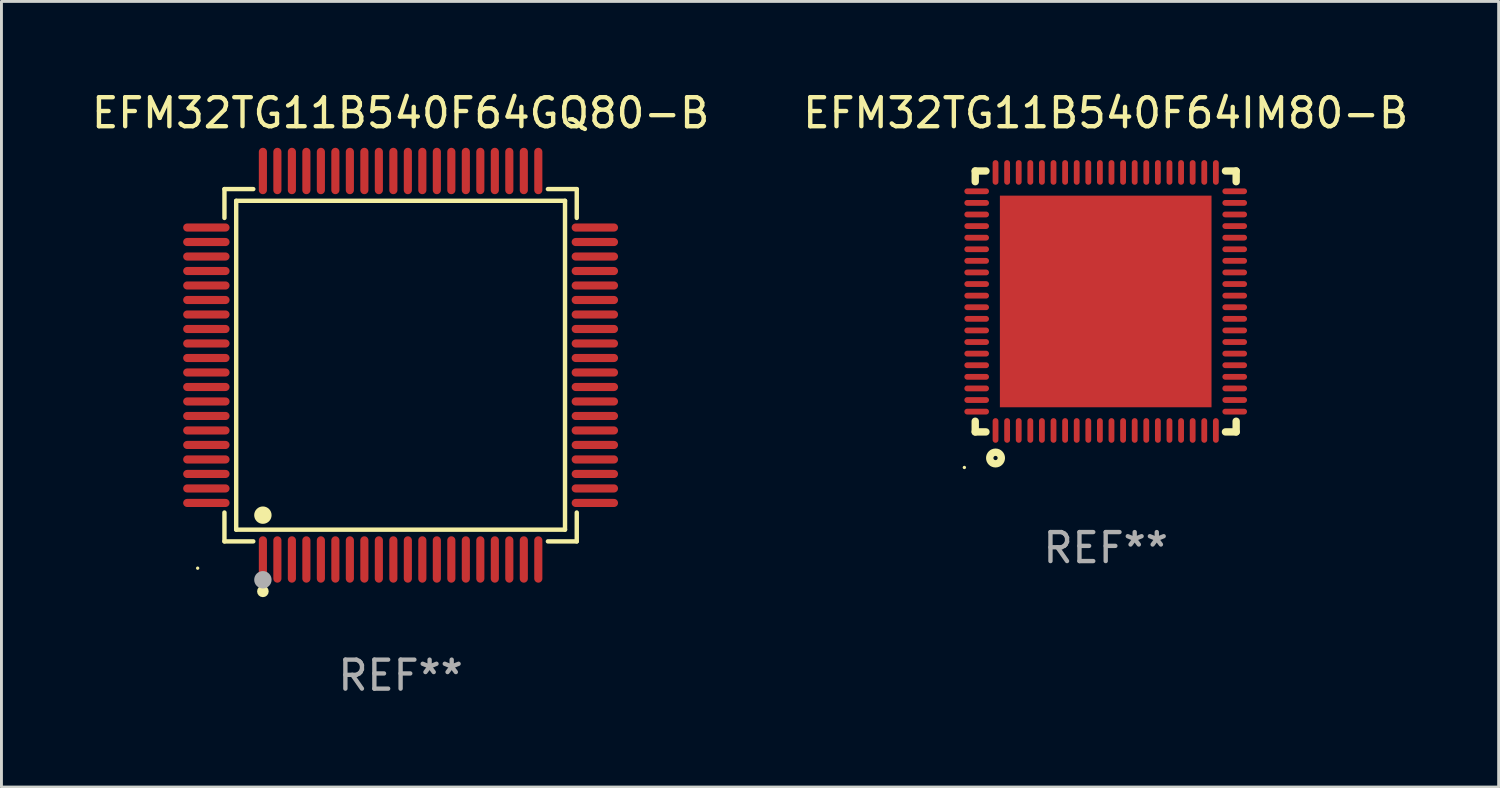
<source format=kicad_pcb>
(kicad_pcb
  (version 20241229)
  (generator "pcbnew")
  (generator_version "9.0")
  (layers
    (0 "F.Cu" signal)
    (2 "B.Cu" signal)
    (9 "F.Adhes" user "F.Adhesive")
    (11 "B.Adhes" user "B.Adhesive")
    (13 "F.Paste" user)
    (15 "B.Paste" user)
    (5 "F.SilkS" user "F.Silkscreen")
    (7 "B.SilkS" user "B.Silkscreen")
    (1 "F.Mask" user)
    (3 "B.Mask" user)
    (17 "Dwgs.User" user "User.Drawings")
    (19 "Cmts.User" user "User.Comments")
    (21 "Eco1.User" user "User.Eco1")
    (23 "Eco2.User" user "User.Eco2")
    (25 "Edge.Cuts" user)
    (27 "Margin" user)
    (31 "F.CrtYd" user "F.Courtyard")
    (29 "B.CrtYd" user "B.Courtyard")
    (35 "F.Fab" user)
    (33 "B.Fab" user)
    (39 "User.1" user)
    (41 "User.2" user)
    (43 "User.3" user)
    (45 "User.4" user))
  (footprint "EFM32TG11B540F64IM80-B"
    (layer "F.Cu")
    (at 35.089 7.348)
    (property "Reference" "EFM32TG11B540F64IM80-B" (at 0 -6.5 0) (layer "F.SilkS") (effects (font (size 1 1) (thickness 0.15))))
    (attr through_hole)
    (fp_line (start -4.5 -4.131) (end -4.5 -4.5) (stroke (width 0.254) (type solid)) (layer "F.SilkS"))
    (fp_line (start -4.5 4.5) (end -4.5 4.131) (stroke (width 0.254) (type solid)) (layer "F.SilkS"))
    (fp_line (start -4.5 -4.5) (end -4.131 -4.5) (stroke (width 0.254) (type solid)) (layer "F.SilkS"))
    (fp_line (start -4.131 4.5) (end -4.5 4.5) (stroke (width 0.254) (type solid)) (layer "F.SilkS"))
    (fp_line (start 4.131 -4.5) (end 4.5 -4.5) (stroke (width 0.254) (type solid)) (layer "F.SilkS"))
    (fp_line (start 4.5 -4.5) (end 4.5 -4.131) (stroke (width 0.254) (type solid)) (layer "F.SilkS"))
    (fp_line (start 4.5 4.131) (end 4.5 4.5) (stroke (width 0.254) (type solid)) (layer "F.SilkS"))
    (fp_line (start 4.5 4.5) (end 4.131 4.5) (stroke (width 0.254) (type solid)) (layer "F.SilkS"))
    (fp_circle (center -4.875 5.727) (end -4.845 5.727) (stroke (width 0.06) (type solid)) (fill no) (layer "F.SilkS"))
    (fp_circle (center -3.8 5.4) (end -3.6 5.4) (stroke (width 0.254) (type solid)) (fill no) (layer "F.SilkS"))
    (fp_text user "REF**" (at 0 8.5 0) (layer "F.Fab") (effects (font (size 1 1) (thickness 0.15))))
    (pad "1" smd oval (at -3.8 4.45 180) (size 0.2 0.85) (layers "F.Cu" "F.Mask" "F.Paste"))
    (pad "2" smd oval (at -3.4 4.45 180) (size 0.2 0.85) (layers "F.Cu" "F.Mask" "F.Paste"))
    (pad "3" smd oval (at -3 4.45 180) (size 0.2 0.85) (layers "F.Cu" "F.Mask" "F.Paste"))
    (pad "4" smd oval (at -2.6 4.45 180) (size 0.2 0.85) (layers "F.Cu" "F.Mask" "F.Paste"))
    (pad "5" smd oval (at -2.2 4.45 180) (size 0.2 0.85) (layers "F.Cu" "F.Mask" "F.Paste"))
    (pad "6" smd oval (at -1.8 4.45 180) (size 0.2 0.85) (layers "F.Cu" "F.Mask" "F.Paste"))
    (pad "7" smd oval (at -1.4 4.45 180) (size 0.2 0.85) (layers "F.Cu" "F.Mask" "F.Paste"))
    (pad "8" smd oval (at -1 4.45 180) (size 0.2 0.85) (layers "F.Cu" "F.Mask" "F.Paste"))
    (pad "9" smd oval (at -0.6 4.45 180) (size 0.2 0.85) (layers "F.Cu" "F.Mask" "F.Paste"))
    (pad "10" smd oval (at -0.2 4.45 180) (size 0.2 0.85) (layers "F.Cu" "F.Mask" "F.Paste"))
    (pad "11" smd oval (at 0.2 4.45 180) (size 0.2 0.85) (layers "F.Cu" "F.Mask" "F.Paste"))
    (pad "12" smd oval (at 0.6 4.45 180) (size 0.2 0.85) (layers "F.Cu" "F.Mask" "F.Paste"))
    (pad "13" smd oval (at 1 4.45 180) (size 0.2 0.85) (layers "F.Cu" "F.Mask" "F.Paste"))
    (pad "14" smd oval (at 1.4 4.45 180) (size 0.2 0.85) (layers "F.Cu" "F.Mask" "F.Paste"))
    (pad "15" smd oval (at 1.8 4.45 180) (size 0.2 0.85) (layers "F.Cu" "F.Mask" "F.Paste"))
    (pad "16" smd oval (at 2.2 4.45 180) (size 0.2 0.85) (layers "F.Cu" "F.Mask" "F.Paste"))
    (pad "17" smd oval (at 2.6 4.45 180) (size 0.2 0.85) (layers "F.Cu" "F.Mask" "F.Paste"))
    (pad "18" smd oval (at 3 4.45 180) (size 0.2 0.85) (layers "F.Cu" "F.Mask" "F.Paste"))
    (pad "19" smd oval (at 3.4 4.45 180) (size 0.2 0.85) (layers "F.Cu" "F.Mask" "F.Paste"))
    (pad "20" smd oval (at 3.8 4.45) (size 0.2 0.85) (layers "F.Cu" "F.Mask" "F.Paste"))
    (pad "21" smd oval (at 4.45 3.8 270) (size 0.2 0.85) (layers "F.Cu" "F.Mask" "F.Paste"))
    (pad "22" smd oval (at 4.45 3.4 90) (size 0.2 0.85) (layers "F.Cu" "F.Mask" "F.Paste"))
    (pad "23" smd oval (at 4.45 3 90) (size 0.2 0.85) (layers "F.Cu" "F.Mask" "F.Paste"))
    (pad "24" smd oval (at 4.45 2.6 90) (size 0.2 0.85) (layers "F.Cu" "F.Mask" "F.Paste"))
    (pad "25" smd oval (at 4.45 2.2 90) (size 0.2 0.85) (layers "F.Cu" "F.Mask" "F.Paste"))
    (pad "26" smd oval (at 4.45 1.8 90) (size 0.2 0.85) (layers "F.Cu" "F.Mask" "F.Paste"))
    (pad "27" smd oval (at 4.45 1.4 90) (size 0.2 0.85) (layers "F.Cu" "F.Mask" "F.Paste"))
    (pad "28" smd oval (at 4.45 1 90) (size 0.2 0.85) (layers "F.Cu" "F.Mask" "F.Paste"))
    (pad "29" smd oval (at 4.45 0.6 90) (size 0.2 0.85) (layers "F.Cu" "F.Mask" "F.Paste"))
    (pad "30" smd oval (at 4.45 0.2 90) (size 0.2 0.85) (layers "F.Cu" "F.Mask" "F.Paste"))
    (pad "31" smd oval (at 4.45 -0.2 90) (size 0.2 0.85) (layers "F.Cu" "F.Mask" "F.Paste"))
    (pad "32" smd oval (at 4.45 -0.6 90) (size 0.2 0.85) (layers "F.Cu" "F.Mask" "F.Paste"))
    (pad "33" smd oval (at 4.45 -1 90) (size 0.2 0.85) (layers "F.Cu" "F.Mask" "F.Paste"))
    (pad "34" smd oval (at 4.45 -1.4 90) (size 0.2 0.85) (layers "F.Cu" "F.Mask" "F.Paste"))
    (pad "35" smd oval (at 4.45 -1.8 90) (size 0.2 0.85) (layers "F.Cu" "F.Mask" "F.Paste"))
    (pad "36" smd oval (at 4.45 -2.2 90) (size 0.2 0.85) (layers "F.Cu" "F.Mask" "F.Paste"))
    (pad "37" smd oval (at 4.45 -2.6 90) (size 0.2 0.85) (layers "F.Cu" "F.Mask" "F.Paste"))
    (pad "38" smd oval (at 4.45 -3 90) (size 0.2 0.85) (layers "F.Cu" "F.Mask" "F.Paste"))
    (pad "39" smd oval (at 4.45 -3.4 90) (size 0.2 0.85) (layers "F.Cu" "F.Mask" "F.Paste"))
    (pad "40" smd oval (at 4.45 -3.8 90) (size 0.2 0.85) (layers "F.Cu" "F.Mask" "F.Paste"))
    (pad "41" smd oval (at 3.8 -4.45) (size 0.2 0.85) (layers "F.Cu" "F.Mask" "F.Paste"))
    (pad "42" smd oval (at 3.4 -4.45 180) (size 0.2 0.85) (layers "F.Cu" "F.Mask" "F.Paste"))
    (pad "43" smd oval (at 3 -4.45 180) (size 0.2 0.85) (layers "F.Cu" "F.Mask" "F.Paste"))
    (pad "44" smd oval (at 2.6 -4.45 180) (size 0.2 0.85) (layers "F.Cu" "F.Mask" "F.Paste"))
    (pad "45" smd oval (at 2.2 -4.45 180) (size 0.2 0.85) (layers "F.Cu" "F.Mask" "F.Paste"))
    (pad "46" smd oval (at 1.8 -4.45 180) (size 0.2 0.85) (layers "F.Cu" "F.Mask" "F.Paste"))
    (pad "47" smd oval (at 1.4 -4.45 180) (size 0.2 0.85) (layers "F.Cu" "F.Mask" "F.Paste"))
    (pad "48" smd oval (at 1 -4.45 180) (size 0.2 0.85) (layers "F.Cu" "F.Mask" "F.Paste"))
    (pad "49" smd oval (at 0.6 -4.45 180) (size 0.2 0.85) (layers "F.Cu" "F.Mask" "F.Paste"))
    (pad "50" smd oval (at 0.2 -4.45 180) (size 0.2 0.85) (layers "F.Cu" "F.Mask" "F.Paste"))
    (pad "51" smd oval (at -0.2 -4.45 180) (size 0.2 0.85) (layers "F.Cu" "F.Mask" "F.Paste"))
    (pad "52" smd oval (at -0.6 -4.45 180) (size 0.2 0.85) (layers "F.Cu" "F.Mask" "F.Paste"))
    (pad "53" smd oval (at -1 -4.45 180) (size 0.2 0.85) (layers "F.Cu" "F.Mask" "F.Paste"))
    (pad "54" smd oval (at -1.4 -4.45 180) (size 0.2 0.85) (layers "F.Cu" "F.Mask" "F.Paste"))
    (pad "55" smd oval (at -1.8 -4.45 180) (size 0.2 0.85) (layers "F.Cu" "F.Mask" "F.Paste"))
    (pad "56" smd oval (at -2.2 -4.45 180) (size 0.2 0.85) (layers "F.Cu" "F.Mask" "F.Paste"))
    (pad "57" smd oval (at -2.6 -4.45 180) (size 0.2 0.85) (layers "F.Cu" "F.Mask" "F.Paste"))
    (pad "58" smd oval (at -3 -4.45 180) (size 0.2 0.85) (layers "F.Cu" "F.Mask" "F.Paste"))
    (pad "59" smd oval (at -3.4 -4.45 180) (size 0.2 0.85) (layers "F.Cu" "F.Mask" "F.Paste"))
    (pad "60" smd oval (at -3.8 -4.45 180) (size 0.2 0.85) (layers "F.Cu" "F.Mask" "F.Paste"))
    (pad "61" smd oval (at -4.45 -3.8 90) (size 0.2 0.85) (layers "F.Cu" "F.Mask" "F.Paste"))
    (pad "62" smd oval (at -4.45 -3.4 90) (size 0.2 0.85) (layers "F.Cu" "F.Mask" "F.Paste"))
    (pad "63" smd oval (at -4.45 -3 90) (size 0.2 0.85) (layers "F.Cu" "F.Mask" "F.Paste"))
    (pad "64" smd oval (at -4.45 -2.6 90) (size 0.2 0.85) (layers "F.Cu" "F.Mask" "F.Paste"))
    (pad "65" smd oval (at -4.45 -2.2 90) (size 0.2 0.85) (layers "F.Cu" "F.Mask" "F.Paste"))
    (pad "66" smd oval (at -4.45 -1.8 90) (size 0.2 0.85) (layers "F.Cu" "F.Mask" "F.Paste"))
    (pad "67" smd oval (at -4.45 -1.4 90) (size 0.2 0.85) (layers "F.Cu" "F.Mask" "F.Paste"))
    (pad "68" smd oval (at -4.45 -1 90) (size 0.2 0.85) (layers "F.Cu" "F.Mask" "F.Paste"))
    (pad "69" smd oval (at -4.45 -0.6 90) (size 0.2 0.85) (layers "F.Cu" "F.Mask" "F.Paste"))
    (pad "70" smd oval (at -4.45 -0.2 90) (size 0.2 0.85) (layers "F.Cu" "F.Mask" "F.Paste"))
    (pad "71" smd oval (at -4.45 0.2 90) (size 0.2 0.85) (layers "F.Cu" "F.Mask" "F.Paste"))
    (pad "72" smd oval (at -4.45 0.6 90) (size 0.2 0.85) (layers "F.Cu" "F.Mask" "F.Paste"))
    (pad "73" smd oval (at -4.45 1 90) (size 0.2 0.85) (layers "F.Cu" "F.Mask" "F.Paste"))
    (pad "74" smd oval (at -4.45 1.4 90) (size 0.2 0.85) (layers "F.Cu" "F.Mask" "F.Paste"))
    (pad "75" smd oval (at -4.45 1.8 90) (size 0.2 0.85) (layers "F.Cu" "F.Mask" "F.Paste"))
    (pad "76" smd oval (at -4.45 2.2 90) (size 0.2 0.85) (layers "F.Cu" "F.Mask" "F.Paste"))
    (pad "77" smd oval (at -4.45 2.6 90) (size 0.2 0.85) (layers "F.Cu" "F.Mask" "F.Paste"))
    (pad "78" smd oval (at -4.45 3 90) (size 0.2 0.85) (layers "F.Cu" "F.Mask" "F.Paste"))
    (pad "79" smd oval (at -4.45 3.4 90) (size 0.2 0.85) (layers "F.Cu" "F.Mask" "F.Paste"))
    (pad "80" smd oval (at -4.45 3.8 270) (size 0.2 0.85) (layers "F.Cu" "F.Mask" "F.Paste"))
    (pad "81" smd rect (at 0.000013 -0.000013) (size 7.3 7.3) (layers "F.Cu" "F.Mask" "F.Paste")))
  (footprint "EFM32TG11B540F64GQ80-B"
    (layer "F.Cu")
    (at 10.768 9.548)
    (property "Reference" "EFM32TG11B540F64GQ80-B" (at 0 -8.7 0) (layer "F.SilkS") (effects (font (size 1 1) (thickness 0.15))))
    (attr through_hole)
    (fp_line (start -6.076 -6.076) (end -5.081 -6.076) (stroke (width 0.152) (type solid)) (layer "F.SilkS"))
    (fp_line (start -6.076 -5.081) (end -6.076 -6.076) (stroke (width 0.152) (type solid)) (layer "F.SilkS"))
    (fp_line (start -6.076 5.081) (end -6.076 6.076) (stroke (width 0.152) (type solid)) (layer "F.SilkS"))
    (fp_line (start -6.076 6.076) (end -5.081 6.076) (stroke (width 0.152) (type solid)) (layer "F.SilkS"))
    (fp_line (start -5.671 -5.671) (end 5.671 -5.671) (stroke (width 0.152) (type solid)) (layer "F.SilkS"))
    (fp_line (start -5.671 5.671) (end -5.671 -5.671) (stroke (width 0.152) (type solid)) (layer "F.SilkS"))
    (fp_line (start 5.671 -5.671) (end 5.671 5.671) (stroke (width 0.152) (type solid)) (layer "F.SilkS"))
    (fp_line (start 5.671 5.671) (end -5.671 5.671) (stroke (width 0.152) (type solid)) (layer "F.SilkS"))
    (fp_line (start 6.076 -6.076) (end 5.081 -6.076) (stroke (width 0.152) (type solid)) (layer "F.SilkS"))
    (fp_line (start 6.076 -5.081) (end 6.076 -6.076) (stroke (width 0.152) (type solid)) (layer "F.SilkS"))
    (fp_line (start 6.076 5.081) (end 6.076 6.076) (stroke (width 0.152) (type solid)) (layer "F.SilkS"))
    (fp_line (start 6.076 6.076) (end 5.081 6.076) (stroke (width 0.152) (type solid)) (layer "F.SilkS"))
    (fp_circle (center -7 7) (end -6.97 7) (stroke (width 0.06) (type solid)) (fill no) (layer "F.SilkS"))
    (fp_circle (center -4.75 5.171) (end -4.6 5.171) (stroke (width 0.3) (type solid)) (fill no) (layer "F.SilkS"))
    (fp_circle (center -4.75 7.8) (end -4.65 7.8) (stroke (width 0.2) (type solid)) (fill no) (layer "F.SilkS"))
    (fp_circle (center -4.75 7.4) (end -4.6 7.4) (stroke (width 0.3) (type solid)) (fill no) (layer "F.Fab"))
    (fp_text user "REF**" (at 0 10.7 0) (layer "F.Fab") (effects (font (size 1 1) (thickness 0.15))))
    (pad "1" smd oval (at -4.75 6.7) (size 0.28 1.6) (layers "F.Cu" "F.Mask" "F.Paste"))
    (pad "2" smd oval (at -4.25 6.7) (size 0.28 1.6) (layers "F.Cu" "F.Mask" "F.Paste"))
    (pad "3" smd oval (at -3.75 6.7) (size 0.28 1.6) (layers "F.Cu" "F.Mask" "F.Paste"))
    (pad "4" smd oval (at -3.25 6.7) (size 0.28 1.6) (layers "F.Cu" "F.Mask" "F.Paste"))
    (pad "5" smd oval (at -2.75 6.7) (size 0.28 1.6) (layers "F.Cu" "F.Mask" "F.Paste"))
    (pad "6" smd oval (at -2.25 6.7) (size 0.28 1.6) (layers "F.Cu" "F.Mask" "F.Paste"))
    (pad "7" smd oval (at -1.75 6.7) (size 0.28 1.6) (layers "F.Cu" "F.Mask" "F.Paste"))
    (pad "8" smd oval (at -1.25 6.7) (size 0.28 1.6) (layers "F.Cu" "F.Mask" "F.Paste"))
    (pad "9" smd oval (at -0.75 6.7) (size 0.28 1.6) (layers "F.Cu" "F.Mask" "F.Paste"))
    (pad "10" smd oval (at -0.25 6.7) (size 0.28 1.6) (layers "F.Cu" "F.Mask" "F.Paste"))
    (pad "11" smd oval (at 0.25 6.7) (size 0.28 1.6) (layers "F.Cu" "F.Mask" "F.Paste"))
    (pad "12" smd oval (at 0.75 6.7) (size 0.28 1.6) (layers "F.Cu" "F.Mask" "F.Paste"))
    (pad "13" smd oval (at 1.25 6.7) (size 0.28 1.6) (layers "F.Cu" "F.Mask" "F.Paste"))
    (pad "14" smd oval (at 1.75 6.7) (size 0.28 1.6) (layers "F.Cu" "F.Mask" "F.Paste"))
    (pad "15" smd oval (at 2.25 6.7) (size 0.28 1.6) (layers "F.Cu" "F.Mask" "F.Paste"))
    (pad "16" smd oval (at 2.75 6.7) (size 0.28 1.6) (layers "F.Cu" "F.Mask" "F.Paste"))
    (pad "17" smd oval (at 3.25 6.7) (size 0.28 1.6) (layers "F.Cu" "F.Mask" "F.Paste"))
    (pad "18" smd oval (at 3.75 6.7) (size 0.28 1.6) (layers "F.Cu" "F.Mask" "F.Paste"))
    (pad "19" smd oval (at 4.25 6.7) (size 0.28 1.6) (layers "F.Cu" "F.Mask" "F.Paste"))
    (pad "20" smd oval (at 4.75 6.7) (size 0.28 1.6) (layers "F.Cu" "F.Mask" "F.Paste"))
    (pad "21" smd oval (at 6.7 4.75) (size 1.6 0.28) (layers "F.Cu" "F.Mask" "F.Paste"))
    (pad "22" smd oval (at 6.7 4.25) (size 1.6 0.28) (layers "F.Cu" "F.Mask" "F.Paste"))
    (pad "23" smd oval (at 6.7 3.75) (size 1.6 0.28) (layers "F.Cu" "F.Mask" "F.Paste"))
    (pad "24" smd oval (at 6.7 3.25) (size 1.6 0.28) (layers "F.Cu" "F.Mask" "F.Paste"))
    (pad "25" smd oval (at 6.7 2.75) (size 1.6 0.28) (layers "F.Cu" "F.Mask" "F.Paste"))
    (pad "26" smd oval (at 6.7 2.25) (size 1.6 0.28) (layers "F.Cu" "F.Mask" "F.Paste"))
    (pad "27" smd oval (at 6.7 1.75) (size 1.6 0.28) (layers "F.Cu" "F.Mask" "F.Paste"))
    (pad "28" smd oval (at 6.7 1.25) (size 1.6 0.28) (layers "F.Cu" "F.Mask" "F.Paste"))
    (pad "29" smd oval (at 6.7 0.75) (size 1.6 0.28) (layers "F.Cu" "F.Mask" "F.Paste"))
    (pad "30" smd oval (at 6.7 0.25) (size 1.6 0.28) (layers "F.Cu" "F.Mask" "F.Paste"))
    (pad "31" smd oval (at 6.7 -0.25) (size 1.6 0.28) (layers "F.Cu" "F.Mask" "F.Paste"))
    (pad "32" smd oval (at 6.7 -0.75) (size 1.6 0.28) (layers "F.Cu" "F.Mask" "F.Paste"))
    (pad "33" smd oval (at 6.7 -1.25) (size 1.6 0.28) (layers "F.Cu" "F.Mask" "F.Paste"))
    (pad "34" smd oval (at 6.7 -1.75) (size 1.6 0.28) (layers "F.Cu" "F.Mask" "F.Paste"))
    (pad "35" smd oval (at 6.7 -2.25) (size 1.6 0.28) (layers "F.Cu" "F.Mask" "F.Paste"))
    (pad "36" smd oval (at 6.7 -2.75) (size 1.6 0.28) (layers "F.Cu" "F.Mask" "F.Paste"))
    (pad "37" smd oval (at 6.7 -3.25) (size 1.6 0.28) (layers "F.Cu" "F.Mask" "F.Paste"))
    (pad "38" smd oval (at 6.7 -3.75) (size 1.6 0.28) (layers "F.Cu" "F.Mask" "F.Paste"))
    (pad "39" smd oval (at 6.7 -4.25) (size 1.6 0.28) (layers "F.Cu" "F.Mask" "F.Paste"))
    (pad "40" smd oval (at 6.7 -4.75) (size 1.6 0.28) (layers "F.Cu" "F.Mask" "F.Paste"))
    (pad "41" smd oval (at 4.75 -6.7) (size 0.28 1.6) (layers "F.Cu" "F.Mask" "F.Paste"))
    (pad "42" smd oval (at 4.25 -6.7) (size 0.28 1.6) (layers "F.Cu" "F.Mask" "F.Paste"))
    (pad "43" smd oval (at 3.75 -6.7) (size 0.28 1.6) (layers "F.Cu" "F.Mask" "F.Paste"))
    (pad "44" smd oval (at 3.25 -6.7) (size 0.28 1.6) (layers "F.Cu" "F.Mask" "F.Paste"))
    (pad "45" smd oval (at 2.75 -6.7) (size 0.28 1.6) (layers "F.Cu" "F.Mask" "F.Paste"))
    (pad "46" smd oval (at 2.25 -6.7) (size 0.28 1.6) (layers "F.Cu" "F.Mask" "F.Paste"))
    (pad "47" smd oval (at 1.75 -6.7) (size 0.28 1.6) (layers "F.Cu" "F.Mask" "F.Paste"))
    (pad "48" smd oval (at 1.25 -6.7) (size 0.28 1.6) (layers "F.Cu" "F.Mask" "F.Paste"))
    (pad "49" smd oval (at 0.75 -6.7) (size 0.28 1.6) (layers "F.Cu" "F.Mask" "F.Paste"))
    (pad "50" smd oval (at 0.25 -6.7) (size 0.28 1.6) (layers "F.Cu" "F.Mask" "F.Paste"))
    (pad "51" smd oval (at -0.25 -6.7) (size 0.28 1.6) (layers "F.Cu" "F.Mask" "F.Paste"))
    (pad "52" smd oval (at -0.75 -6.7) (size 0.28 1.6) (layers "F.Cu" "F.Mask" "F.Paste"))
    (pad "53" smd oval (at -1.25 -6.7) (size 0.28 1.6) (layers "F.Cu" "F.Mask" "F.Paste"))
    (pad "54" smd oval (at -1.75 -6.7) (size 0.28 1.6) (layers "F.Cu" "F.Mask" "F.Paste"))
    (pad "55" smd oval (at -2.25 -6.7) (size 0.28 1.6) (layers "F.Cu" "F.Mask" "F.Paste"))
    (pad "56" smd oval (at -2.75 -6.7) (size 0.28 1.6) (layers "F.Cu" "F.Mask" "F.Paste"))
    (pad "57" smd oval (at -3.25 -6.7) (size 0.28 1.6) (layers "F.Cu" "F.Mask" "F.Paste"))
    (pad "58" smd oval (at -3.75 -6.7) (size 0.28 1.6) (layers "F.Cu" "F.Mask" "F.Paste"))
    (pad "59" smd oval (at -4.25 -6.7) (size 0.28 1.6) (layers "F.Cu" "F.Mask" "F.Paste"))
    (pad "60" smd oval (at -4.75 -6.7) (size 0.28 1.6) (layers "F.Cu" "F.Mask" "F.Paste"))
    (pad "61" smd oval (at -6.7 -4.75) (size 1.6 0.28) (layers "F.Cu" "F.Mask" "F.Paste"))
    (pad "62" smd oval (at -6.7 -4.25) (size 1.6 0.28) (layers "F.Cu" "F.Mask" "F.Paste"))
    (pad "63" smd oval (at -6.7 -3.75) (size 1.6 0.28) (layers "F.Cu" "F.Mask" "F.Paste"))
    (pad "64" smd oval (at -6.7 -3.25) (size 1.6 0.28) (layers "F.Cu" "F.Mask" "F.Paste"))
    (pad "65" smd oval (at -6.7 -2.75) (size 1.6 0.28) (layers "F.Cu" "F.Mask" "F.Paste"))
    (pad "66" smd oval (at -6.7 -2.25) (size 1.6 0.28) (layers "F.Cu" "F.Mask" "F.Paste"))
    (pad "67" smd oval (at -6.7 -1.75) (size 1.6 0.28) (layers "F.Cu" "F.Mask" "F.Paste"))
    (pad "68" smd oval (at -6.7 -1.25) (size 1.6 0.28) (layers "F.Cu" "F.Mask" "F.Paste"))
    (pad "69" smd oval (at -6.7 -0.75) (size 1.6 0.28) (layers "F.Cu" "F.Mask" "F.Paste"))
    (pad "70" smd oval (at -6.7 -0.25) (size 1.6 0.28) (layers "F.Cu" "F.Mask" "F.Paste"))
    (pad "71" smd oval (at -6.7 0.25) (size 1.6 0.28) (layers "F.Cu" "F.Mask" "F.Paste"))
    (pad "72" smd oval (at -6.7 0.75) (size 1.6 0.28) (layers "F.Cu" "F.Mask" "F.Paste"))
    (pad "73" smd oval (at -6.7 1.25) (size 1.6 0.28) (layers "F.Cu" "F.Mask" "F.Paste"))
    (pad "74" smd oval (at -6.7 1.75) (size 1.6 0.28) (layers "F.Cu" "F.Mask" "F.Paste"))
    (pad "75" smd oval (at -6.7 2.25) (size 1.6 0.28) (layers "F.Cu" "F.Mask" "F.Paste"))
    (pad "76" smd oval (at -6.7 2.75) (size 1.6 0.28) (layers "F.Cu" "F.Mask" "F.Paste"))
    (pad "77" smd oval (at -6.7 3.25) (size 1.6 0.28) (layers "F.Cu" "F.Mask" "F.Paste"))
    (pad "78" smd oval (at -6.7 3.75) (size 1.6 0.28) (layers "F.Cu" "F.Mask" "F.Paste"))
    (pad "79" smd oval (at -6.7 4.25) (size 1.6 0.28) (layers "F.Cu" "F.Mask" "F.Paste"))
    (pad "80" smd oval (at -6.7 4.75) (size 1.6 0.28) (layers "F.Cu" "F.Mask" "F.Paste")))
  (gr_rect
    (start -3 -3)
    (end 48.643 24.097)
    (stroke (width 0.1) (type default))
    (fill no)
    (layer "Edge.Cuts")))
</source>
